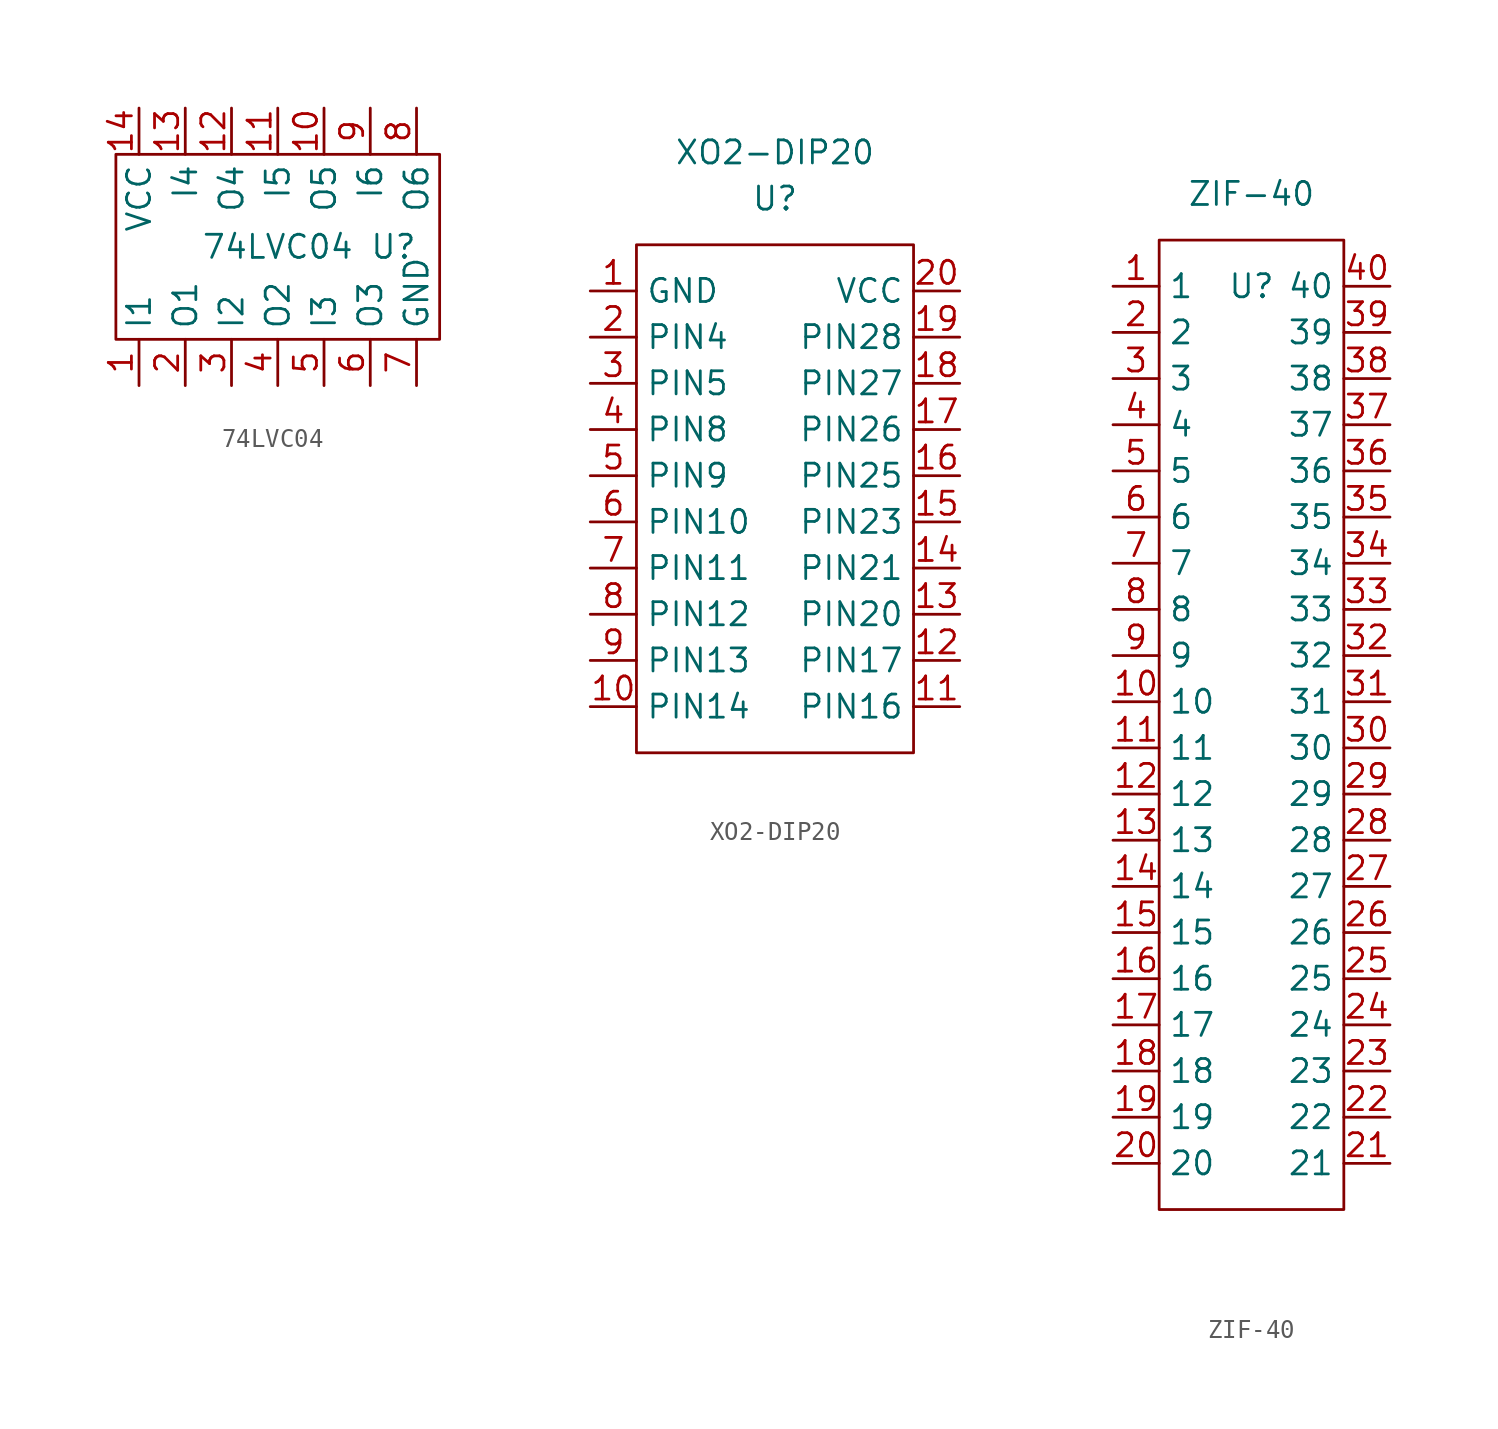
<source format=kicad_sym>
(kicad_symbol_lib
  (version 20211014)
  (generator kicad_symbol_editor)
  (symbol "74LVC04"
    (property "Reference" "U"
      (at 6.35 0 0)
      (effects (font (size 1.27 1.27))))
    (property "Value" "74LVC04"
      (at 0 0 0)
      (effects (font (size 1.27 1.27))))
    (symbol "74LVC04_0_1"
      (rectangle (start -8.89 5.08) (end 8.89 -5.08) (stroke (width 0) (type default) (color 0 0 0 0)) (fill (type none))))
    (symbol "74LVC04_1_1"
      (pin input line (at -7.62 -7.62 90) (length 2.54) (name "I1" (effects (font (size 1.27 1.27)))) (number "1" (effects (font (size 1.27 1.27)))))
      (pin output line (at 2.54 7.62 270) (length 2.54) (name "O5" (effects (font (size 1.27 1.27)))) (number "10" (effects (font (size 1.27 1.27)))))
      (pin input line (at 0 7.62 270) (length 2.54) (name "I5" (effects (font (size 1.27 1.27)))) (number "11" (effects (font (size 1.27 1.27)))))
      (pin output line (at -2.54 7.62 270) (length 2.54) (name "O4" (effects (font (size 1.27 1.27)))) (number "12" (effects (font (size 1.27 1.27)))))
      (pin input line (at -5.08 7.62 270) (length 2.54) (name "I4" (effects (font (size 1.27 1.27)))) (number "13" (effects (font (size 1.27 1.27)))))
      (pin power_in line (at -7.62 7.62 270) (length 2.54) (name "VCC" (effects (font (size 1.27 1.27)))) (number "14" (effects (font (size 1.27 1.27)))))
      (pin output line (at -5.08 -7.62 90) (length 2.54) (name "O1" (effects (font (size 1.27 1.27)))) (number "2" (effects (font (size 1.27 1.27)))))
      (pin input line (at -2.54 -7.62 90) (length 2.54) (name "I2" (effects (font (size 1.27 1.27)))) (number "3" (effects (font (size 1.27 1.27)))))
      (pin output line (at 0 -7.62 90) (length 2.54) (name "O2" (effects (font (size 1.27 1.27)))) (number "4" (effects (font (size 1.27 1.27)))))
      (pin input line (at 2.54 -7.62 90) (length 2.54) (name "I3" (effects (font (size 1.27 1.27)))) (number "5" (effects (font (size 1.27 1.27)))))
      (pin output line (at 5.08 -7.62 90) (length 2.54) (name "O3" (effects (font (size 1.27 1.27)))) (number "6" (effects (font (size 1.27 1.27)))))
      (pin power_in line (at 7.62 -7.62 90) (length 2.54) (name "GND" (effects (font (size 1.27 1.27)))) (number "7" (effects (font (size 1.27 1.27)))))
      (pin output line (at 7.62 7.62 270) (length 2.54) (name "O6" (effects (font (size 1.27 1.27)))) (number "8" (effects (font (size 1.27 1.27)))))
      (pin input line (at 5.08 7.62 270) (length 2.54) (name "I6" (effects (font (size 1.27 1.27)))) (number "9" (effects (font (size 1.27 1.27)))))))
  (symbol "XO2-DIP20"
    (property "Reference" "U"
      (at 0 -2.54 0)
      (effects (font (size 1.27 1.27))))
    (property "Value" "XO2-DIP20"
      (at 0 0 0)
      (effects (font (size 1.27 1.27))))
    (symbol "XO2-DIP20_0_1"
      (rectangle (start -7.62 -5.08) (end 7.62 -33.02) (stroke (width 0) (type default) (color 0 0 0 0)) (fill (type none))))
    (symbol "XO2-DIP20_1_1"
      (pin power_in line (at -10.16 -7.62 0) (length 2.54) (name "GND" (effects (font (size 1.27 1.27)))) (number "1" (effects (font (size 1.27 1.27)))))
      (pin bidirectional line (at -10.16 -30.48 0) (length 2.54) (name "PIN14" (effects (font (size 1.27 1.27)))) (number "10" (effects (font (size 1.27 1.27)))))
      (pin bidirectional line (at 10.16 -30.48 180) (length 2.54) (name "PIN16" (effects (font (size 1.27 1.27)))) (number "11" (effects (font (size 1.27 1.27)))))
      (pin bidirectional line (at 10.16 -27.94 180) (length 2.54) (name "PIN17" (effects (font (size 1.27 1.27)))) (number "12" (effects (font (size 1.27 1.27)))))
      (pin bidirectional line (at 10.16 -25.4 180) (length 2.54) (name "PIN20" (effects (font (size 1.27 1.27)))) (number "13" (effects (font (size 1.27 1.27)))))
      (pin bidirectional line (at 10.16 -22.86 180) (length 2.54) (name "PIN21" (effects (font (size 1.27 1.27)))) (number "14" (effects (font (size 1.27 1.27)))))
      (pin bidirectional line (at 10.16 -20.32 180) (length 2.54) (name "PIN23" (effects (font (size 1.27 1.27)))) (number "15" (effects (font (size 1.27 1.27)))))
      (pin bidirectional line (at 10.16 -17.78 180) (length 2.54) (name "PIN25" (effects (font (size 1.27 1.27)))) (number "16" (effects (font (size 1.27 1.27)))))
      (pin bidirectional line (at 10.16 -15.24 180) (length 2.54) (name "PIN26" (effects (font (size 1.27 1.27)))) (number "17" (effects (font (size 1.27 1.27)))))
      (pin bidirectional line (at 10.16 -12.7 180) (length 2.54) (name "PIN27" (effects (font (size 1.27 1.27)))) (number "18" (effects (font (size 1.27 1.27)))))
      (pin bidirectional line (at 10.16 -10.16 180) (length 2.54) (name "PIN28" (effects (font (size 1.27 1.27)))) (number "19" (effects (font (size 1.27 1.27)))))
      (pin bidirectional line (at -10.16 -10.16 0) (length 2.54) (name "PIN4" (effects (font (size 1.27 1.27)))) (number "2" (effects (font (size 1.27 1.27)))))
      (pin power_in line (at 10.16 -7.62 180) (length 2.54) (name "VCC" (effects (font (size 1.27 1.27)))) (number "20" (effects (font (size 1.27 1.27)))))
      (pin bidirectional line (at -10.16 -12.7 0) (length 2.54) (name "PIN5" (effects (font (size 1.27 1.27)))) (number "3" (effects (font (size 1.27 1.27)))))
      (pin bidirectional line (at -10.16 -15.24 0) (length 2.54) (name "PIN8" (effects (font (size 1.27 1.27)))) (number "4" (effects (font (size 1.27 1.27)))))
      (pin bidirectional line (at -10.16 -17.78 0) (length 2.54) (name "PIN9" (effects (font (size 1.27 1.27)))) (number "5" (effects (font (size 1.27 1.27)))))
      (pin bidirectional line (at -10.16 -20.32 0) (length 2.54) (name "PIN10" (effects (font (size 1.27 1.27)))) (number "6" (effects (font (size 1.27 1.27)))))
      (pin bidirectional line (at -10.16 -22.86 0) (length 2.54) (name "PIN11" (effects (font (size 1.27 1.27)))) (number "7" (effects (font (size 1.27 1.27)))))
      (pin bidirectional line (at -10.16 -25.4 0) (length 2.54) (name "PIN12" (effects (font (size 1.27 1.27)))) (number "8" (effects (font (size 1.27 1.27)))))
      (pin bidirectional line (at -10.16 -27.94 0) (length 2.54) (name "PIN13" (effects (font (size 1.27 1.27)))) (number "9" (effects (font (size 1.27 1.27)))))))
  (symbol "ZIF-40"
    (property "Reference" "U"
      (at 0 -2.54 0)
      (effects (font (size 1.27 1.27))))
    (property "Value" "ZIF-40"
      (at 0 2.54 0)
      (effects (font (size 1.27 1.27))))
    (symbol "ZIF-40_0_1"
      (rectangle (start -5.08 0) (end 5.08 -53.34) (stroke (width 0) (type default) (color 0 0 0 0)) (fill (type none))))
    (symbol "ZIF-40_1_1"
      (pin unspecified line (at -7.62 -2.54 0) (length 2.54) (name "1" (effects (font (size 1.27 1.27)))) (number "1" (effects (font (size 1.27 1.27)))))
      (pin unspecified line (at -7.62 -25.4 0) (length 2.54) (name "10" (effects (font (size 1.27 1.27)))) (number "10" (effects (font (size 1.27 1.27)))))
      (pin unspecified line (at -7.62 -27.94 0) (length 2.54) (name "11" (effects (font (size 1.27 1.27)))) (number "11" (effects (font (size 1.27 1.27)))))
      (pin unspecified line (at -7.62 -30.48 0) (length 2.54) (name "12" (effects (font (size 1.27 1.27)))) (number "12" (effects (font (size 1.27 1.27)))))
      (pin unspecified line (at -7.62 -33.02 0) (length 2.54) (name "13" (effects (font (size 1.27 1.27)))) (number "13" (effects (font (size 1.27 1.27)))))
      (pin unspecified line (at -7.62 -35.56 0) (length 2.54) (name "14" (effects (font (size 1.27 1.27)))) (number "14" (effects (font (size 1.27 1.27)))))
      (pin unspecified line (at -7.62 -38.1 0) (length 2.54) (name "15" (effects (font (size 1.27 1.27)))) (number "15" (effects (font (size 1.27 1.27)))))
      (pin unspecified line (at -7.62 -40.64 0) (length 2.54) (name "16" (effects (font (size 1.27 1.27)))) (number "16" (effects (font (size 1.27 1.27)))))
      (pin unspecified line (at -7.62 -43.18 0) (length 2.54) (name "17" (effects (font (size 1.27 1.27)))) (number "17" (effects (font (size 1.27 1.27)))))
      (pin unspecified line (at -7.62 -45.72 0) (length 2.54) (name "18" (effects (font (size 1.27 1.27)))) (number "18" (effects (font (size 1.27 1.27)))))
      (pin unspecified line (at -7.62 -48.26 0) (length 2.54) (name "19" (effects (font (size 1.27 1.27)))) (number "19" (effects (font (size 1.27 1.27)))))
      (pin unspecified line (at -7.62 -5.08 0) (length 2.54) (name "2" (effects (font (size 1.27 1.27)))) (number "2" (effects (font (size 1.27 1.27)))))
      (pin unspecified line (at -7.62 -50.8 0) (length 2.54) (name "20" (effects (font (size 1.27 1.27)))) (number "20" (effects (font (size 1.27 1.27)))))
      (pin unspecified line (at 7.62 -50.8 180) (length 2.54) (name "21" (effects (font (size 1.27 1.27)))) (number "21" (effects (font (size 1.27 1.27)))))
      (pin unspecified line (at 7.62 -48.26 180) (length 2.54) (name "22" (effects (font (size 1.27 1.27)))) (number "22" (effects (font (size 1.27 1.27)))))
      (pin unspecified line (at 7.62 -45.72 180) (length 2.54) (name "23" (effects (font (size 1.27 1.27)))) (number "23" (effects (font (size 1.27 1.27)))))
      (pin unspecified line (at 7.62 -43.18 180) (length 2.54) (name "24" (effects (font (size 1.27 1.27)))) (number "24" (effects (font (size 1.27 1.27)))))
      (pin unspecified line (at 7.62 -40.64 180) (length 2.54) (name "25" (effects (font (size 1.27 1.27)))) (number "25" (effects (font (size 1.27 1.27)))))
      (pin unspecified line (at 7.62 -38.1 180) (length 2.54) (name "26" (effects (font (size 1.27 1.27)))) (number "26" (effects (font (size 1.27 1.27)))))
      (pin unspecified line (at 7.62 -35.56 180) (length 2.54) (name "27" (effects (font (size 1.27 1.27)))) (number "27" (effects (font (size 1.27 1.27)))))
      (pin unspecified line (at 7.62 -33.02 180) (length 2.54) (name "28" (effects (font (size 1.27 1.27)))) (number "28" (effects (font (size 1.27 1.27)))))
      (pin unspecified line (at 7.62 -30.48 180) (length 2.54) (name "29" (effects (font (size 1.27 1.27)))) (number "29" (effects (font (size 1.27 1.27)))))
      (pin unspecified line (at -7.62 -7.62 0) (length 2.54) (name "3" (effects (font (size 1.27 1.27)))) (number "3" (effects (font (size 1.27 1.27)))))
      (pin unspecified line (at 7.62 -27.94 180) (length 2.54) (name "30" (effects (font (size 1.27 1.27)))) (number "30" (effects (font (size 1.27 1.27)))))
      (pin unspecified line (at 7.62 -25.4 180) (length 2.54) (name "31" (effects (font (size 1.27 1.27)))) (number "31" (effects (font (size 1.27 1.27)))))
      (pin unspecified line (at 7.62 -22.86 180) (length 2.54) (name "32" (effects (font (size 1.27 1.27)))) (number "32" (effects (font (size 1.27 1.27)))))
      (pin unspecified line (at 7.62 -20.32 180) (length 2.54) (name "33" (effects (font (size 1.27 1.27)))) (number "33" (effects (font (size 1.27 1.27)))))
      (pin unspecified line (at 7.62 -17.78 180) (length 2.54) (name "34" (effects (font (size 1.27 1.27)))) (number "34" (effects (font (size 1.27 1.27)))))
      (pin unspecified line (at 7.62 -15.24 180) (length 2.54) (name "35" (effects (font (size 1.27 1.27)))) (number "35" (effects (font (size 1.27 1.27)))))
      (pin unspecified line (at 7.62 -12.7 180) (length 2.54) (name "36" (effects (font (size 1.27 1.27)))) (number "36" (effects (font (size 1.27 1.27)))))
      (pin unspecified line (at 7.62 -10.16 180) (length 2.54) (name "37" (effects (font (size 1.27 1.27)))) (number "37" (effects (font (size 1.27 1.27)))))
      (pin unspecified line (at 7.62 -7.62 180) (length 2.54) (name "38" (effects (font (size 1.27 1.27)))) (number "38" (effects (font (size 1.27 1.27)))))
      (pin unspecified line (at 7.62 -5.08 180) (length 2.54) (name "39" (effects (font (size 1.27 1.27)))) (number "39" (effects (font (size 1.27 1.27)))))
      (pin unspecified line (at -7.62 -10.16 0) (length 2.54) (name "4" (effects (font (size 1.27 1.27)))) (number "4" (effects (font (size 1.27 1.27)))))
      (pin unspecified line (at 7.62 -2.54 180) (length 2.54) (name "40" (effects (font (size 1.27 1.27)))) (number "40" (effects (font (size 1.27 1.27)))))
      (pin unspecified line (at -7.62 -12.7 0) (length 2.54) (name "5" (effects (font (size 1.27 1.27)))) (number "5" (effects (font (size 1.27 1.27)))))
      (pin unspecified line (at -7.62 -15.24 0) (length 2.54) (name "6" (effects (font (size 1.27 1.27)))) (number "6" (effects (font (size 1.27 1.27)))))
      (pin unspecified line (at -7.62 -17.78 0) (length 2.54) (name "7" (effects (font (size 1.27 1.27)))) (number "7" (effects (font (size 1.27 1.27)))))
      (pin unspecified line (at -7.62 -20.32 0) (length 2.54) (name "8" (effects (font (size 1.27 1.27)))) (number "8" (effects (font (size 1.27 1.27)))))
      (pin unspecified line (at -7.62 -22.86 0) (length 2.54) (name "9" (effects (font (size 1.27 1.27)))) (number "9" (effects (font (size 1.27 1.27))))))))
</source>
